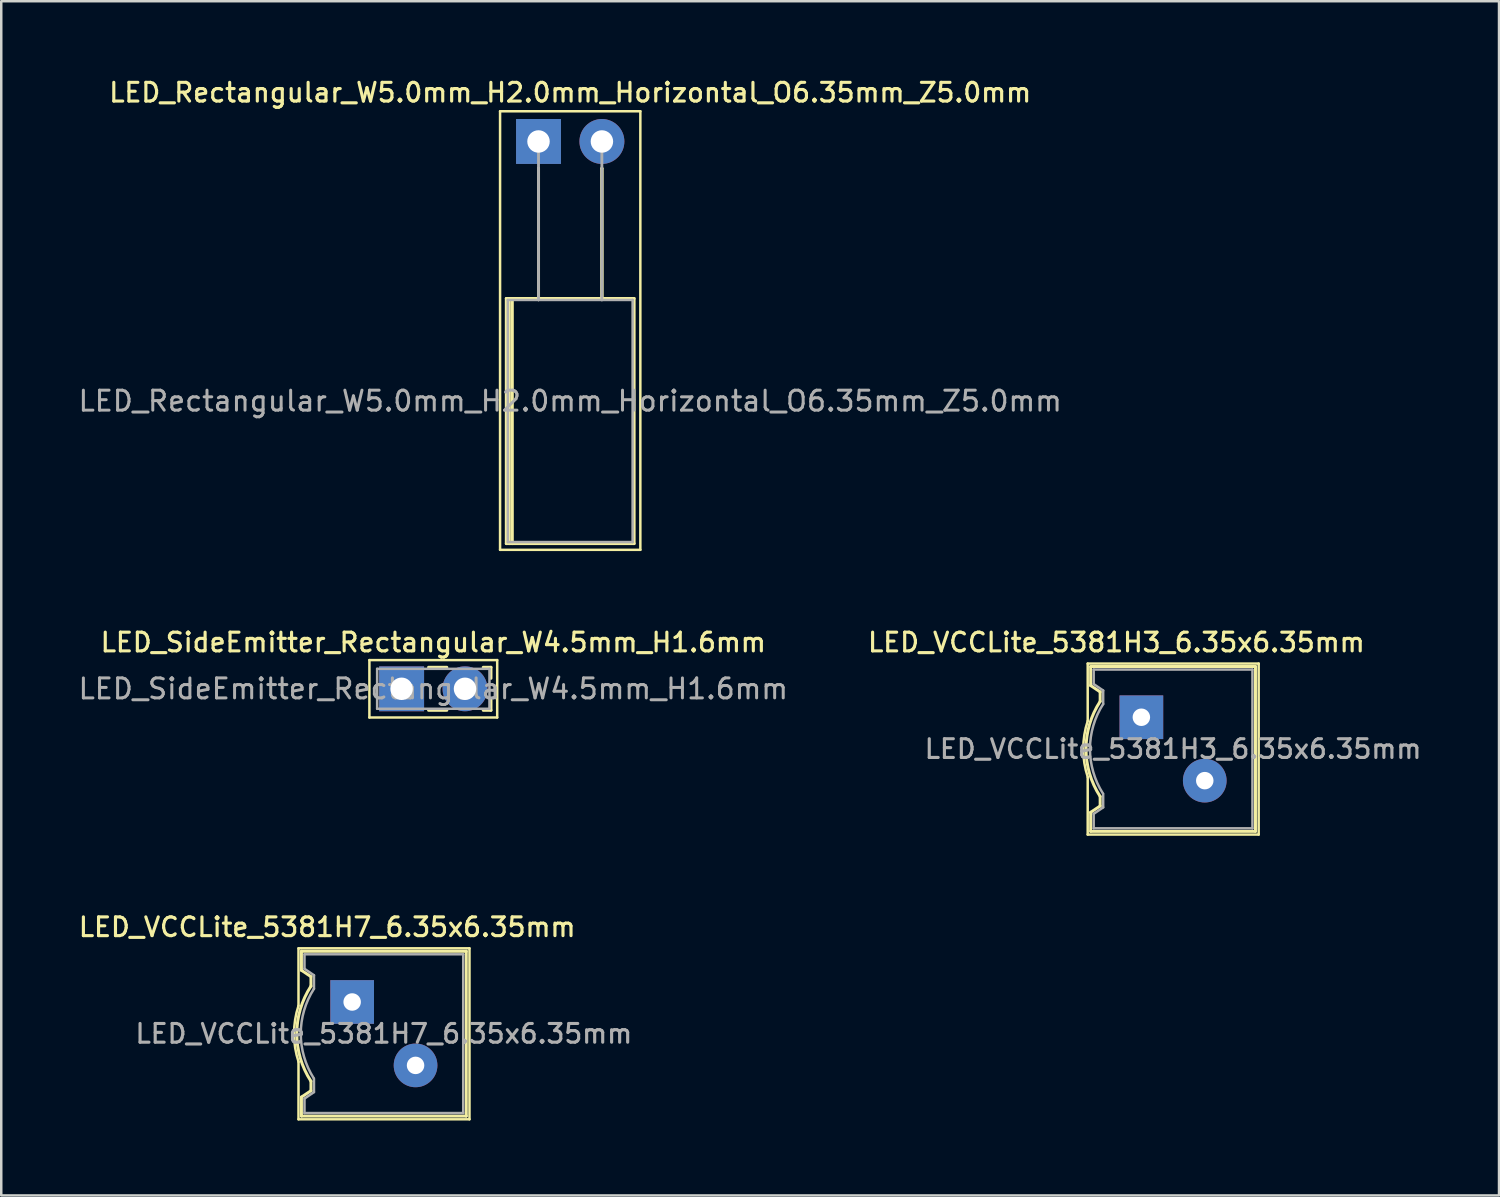
<source format=kicad_pcb>
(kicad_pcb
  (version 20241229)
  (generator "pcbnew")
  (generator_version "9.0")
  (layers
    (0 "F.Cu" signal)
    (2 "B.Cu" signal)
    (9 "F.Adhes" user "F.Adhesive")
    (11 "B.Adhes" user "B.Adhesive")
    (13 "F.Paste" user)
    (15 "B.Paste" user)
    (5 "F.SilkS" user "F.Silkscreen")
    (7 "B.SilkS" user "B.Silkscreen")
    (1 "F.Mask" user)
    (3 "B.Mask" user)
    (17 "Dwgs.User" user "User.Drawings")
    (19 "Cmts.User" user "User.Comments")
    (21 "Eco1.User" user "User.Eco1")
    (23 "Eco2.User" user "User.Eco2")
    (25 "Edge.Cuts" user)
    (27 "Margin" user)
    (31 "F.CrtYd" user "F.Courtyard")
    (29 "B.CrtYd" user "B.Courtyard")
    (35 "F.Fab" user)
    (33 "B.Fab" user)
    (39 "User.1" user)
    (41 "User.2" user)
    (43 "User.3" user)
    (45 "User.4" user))
  (footprint "LED_Rectangular_W5.0mm_H2.0mm_Horizontal_O6.35mm_Z5.0mm"
    (layer "F.Cu")
    (at 18.525 2.618)
    (property "Reference" "LED_Rectangular_W5.0mm_H2.0mm_Horizontal_O6.35mm_Z5.0mm" (at 1.27 -1.96 0) (layer "F.SilkS") (effects (font (size 0.75 0.75) (thickness 0.125))))
    (attr through_hole)
    (fp_line (start -1.54 -1.21) (end -1.54 16.36) (stroke (width 0.1) (type solid)) (layer "F.SilkS"))
    (fp_line (start -1.54 16.36) (end 4.08 16.36) (stroke (width 0.1) (type solid)) (layer "F.SilkS"))
    (fp_line (start -1.29 6.29) (end -1.29 16.11) (stroke (width 0.12) (type solid)) (layer "F.SilkS"))
    (fp_line (start -1.29 16.11) (end 3.83 16.11) (stroke (width 0.12) (type solid)) (layer "F.SilkS"))
    (fp_line (start -1.17 6.29) (end -1.17 16.11) (stroke (width 0.12) (type solid)) (layer "F.SilkS"))
    (fp_line (start -1.05 6.29) (end -1.05 16.11) (stroke (width 0.12) (type solid)) (layer "F.SilkS"))
    (fp_line (start 0 1.08) (end 0 1.08) (stroke (width 0.12) (type solid)) (layer "F.SilkS"))
    (fp_line (start 0 1.08) (end 0 6.29) (stroke (width 0.12) (type solid)) (layer "F.SilkS"))
    (fp_line (start 0 6.29) (end 0 1.08) (stroke (width 0.12) (type solid)) (layer "F.SilkS"))
    (fp_line (start 0 6.29) (end 0 6.29) (stroke (width 0.12) (type solid)) (layer "F.SilkS"))
    (fp_line (start 2.54 1.08) (end 2.54 1.08) (stroke (width 0.12) (type solid)) (layer "F.SilkS"))
    (fp_line (start 2.54 1.08) (end 2.54 6.29) (stroke (width 0.12) (type solid)) (layer "F.SilkS"))
    (fp_line (start 2.54 6.29) (end 2.54 1.08) (stroke (width 0.12) (type solid)) (layer "F.SilkS"))
    (fp_line (start 2.54 6.29) (end 2.54 6.29) (stroke (width 0.12) (type solid)) (layer "F.SilkS"))
    (fp_line (start 3.83 6.29) (end -1.29 6.29) (stroke (width 0.12) (type solid)) (layer "F.SilkS"))
    (fp_line (start 3.83 16.11) (end 3.83 6.29) (stroke (width 0.12) (type solid)) (layer "F.SilkS"))
    (fp_line (start 4.08 -1.21) (end -1.54 -1.21) (stroke (width 0.1) (type solid)) (layer "F.SilkS"))
    (fp_line (start 4.08 16.36) (end 4.08 -1.21) (stroke (width 0.1) (type solid)) (layer "F.SilkS"))
    (fp_line (start -1.23 6.35) (end -1.23 16.05) (stroke (width 0.1) (type solid)) (layer "F.Fab"))
    (fp_line (start -1.23 16.05) (end 3.77 16.05) (stroke (width 0.1) (type solid)) (layer "F.Fab"))
    (fp_line (start 0 0) (end 0 0) (stroke (width 0.1) (type solid)) (layer "F.Fab"))
    (fp_line (start 0 0) (end 0 6.35) (stroke (width 0.1) (type solid)) (layer "F.Fab"))
    (fp_line (start 0 6.35) (end 0 0) (stroke (width 0.1) (type solid)) (layer "F.Fab"))
    (fp_line (start 0 6.35) (end 0 6.35) (stroke (width 0.1) (type solid)) (layer "F.Fab"))
    (fp_line (start 2.54 0) (end 2.54 0) (stroke (width 0.1) (type solid)) (layer "F.Fab"))
    (fp_line (start 2.54 0) (end 2.54 6.35) (stroke (width 0.1) (type solid)) (layer "F.Fab"))
    (fp_line (start 2.54 6.35) (end 2.54 0) (stroke (width 0.1) (type solid)) (layer "F.Fab"))
    (fp_line (start 2.54 6.35) (end 2.54 6.35) (stroke (width 0.1) (type solid)) (layer "F.Fab"))
    (fp_line (start 3.77 6.35) (end -1.23 6.35) (stroke (width 0.1) (type solid)) (layer "F.Fab"))
    (fp_line (start 3.77 16.05) (end 3.77 6.35) (stroke (width 0.1) (type solid)) (layer "F.Fab"))
    (fp_text user "${REFERENCE}" (at 1.27 10.4 0) (layer "F.Fab") (effects (font (size 0.8 0.8) (thickness 0.12))))
    (pad "1" thru_hole rect (at 0 0) (size 1.8 1.8) (drill 0.9) (layers "*.Cu" "*.Mask"))
    (pad "2" thru_hole circle (at 2.54 0) (size 1.8 1.8) (drill 0.9) (layers "*.Cu" "*.Mask")))
  (footprint "LED_VCCLite_5381H3_6.35x6.35mm"
    (layer "F.Cu")
    (at 42.678 25.686)
    (property "Reference" "LED_VCCLite_5381H3_6.35x6.35mm" (at -1 -3 0) (layer "F.SilkS") (effects (font (size 0.75 0.75) (thickness 0.125))))
    (attr through_hole)
    (fp_line (start -2.15 -2.15) (end -2.15 0.15) (stroke (width 0.1) (type solid)) (layer "F.SilkS"))
    (fp_line (start -2.15 -2.15) (end 4.7 -2.15) (stroke (width 0.1) (type solid)) (layer "F.SilkS"))
    (fp_line (start -2.15 4.7) (end -2.15 2.4) (stroke (width 0.1) (type solid)) (layer "F.SilkS"))
    (fp_line (start -2.032 -2.032) (end -2.032 -1.27) (stroke (width 0.12) (type solid)) (layer "F.SilkS"))
    (fp_line (start -2.032 -1.27) (end -1.651 -1.016) (stroke (width 0.12) (type solid)) (layer "F.SilkS"))
    (fp_line (start -2.032 4.572) (end -2.032 3.81) (stroke (width 0.12) (type solid)) (layer "F.SilkS"))
    (fp_line (start -1.651 -1.016) (end -1.651 -0.635) (stroke (width 0.12) (type solid)) (layer "F.SilkS"))
    (fp_line (start -1.651 3.556) (end -2.032 3.81) (stroke (width 0.12) (type solid)) (layer "F.SilkS"))
    (fp_line (start -1.651 3.556) (end -1.651 3.175) (stroke (width 0.12) (type solid)) (layer "F.SilkS"))
    (fp_line (start 4.572 -2.032) (end -2.032 -2.032) (stroke (width 0.12) (type solid)) (layer "F.SilkS"))
    (fp_line (start 4.572 4.572) (end -2.032 4.572) (stroke (width 0.12) (type solid)) (layer "F.SilkS"))
    (fp_line (start 4.572 4.572) (end 4.572 -2.032) (stroke (width 0.12) (type solid)) (layer "F.SilkS"))
    (fp_line (start 4.7 -2.15) (end 4.7 4.7) (stroke (width 0.1) (type solid)) (layer "F.SilkS"))
    (fp_line (start 4.7 4.7) (end -2.15 4.7) (stroke (width 0.1) (type solid)) (layer "F.SilkS"))
    (fp_arc (start -2.147033 2.39902) (mid -2.328719 1.274748) (end -2.15 0.15) (stroke (width 0.1) (type solid)) (layer "F.SilkS"))
    (fp_arc (start -1.651753 3.173843) (mid -2.2173 1.26931) (end -1.650999 -0.634999) (stroke (width 0.12) (type solid)) (layer "F.SilkS"))
    (fp_line (start -1.91 -1.91) (end -1.91 -1.33) (stroke (width 0.1) (type solid)) (layer "F.Fab"))
    (fp_line (start -1.91 -1.91) (end 4.45 -1.91) (stroke (width 0.1) (type solid)) (layer "F.Fab"))
    (fp_line (start -1.91 -1.33) (end -1.53 -1.07) (stroke (width 0.1) (type solid)) (layer "F.Fab"))
    (fp_line (start -1.91 3.87) (end -1.53 3.61) (stroke (width 0.1) (type solid)) (layer "F.Fab"))
    (fp_line (start -1.91 4.45) (end -1.91 3.87) (stroke (width 0.1) (type solid)) (layer "F.Fab"))
    (fp_line (start -1.53 -1.07) (end -1.53 -0.53) (stroke (width 0.1) (type solid)) (layer "F.Fab"))
    (fp_line (start -1.53 3.61) (end -1.53 3.07) (stroke (width 0.1) (type solid)) (layer "F.Fab"))
    (fp_line (start 4.45 -1.91) (end 4.45 4.45) (stroke (width 0.1) (type solid)) (layer "F.Fab"))
    (fp_line (start 4.45 4.45) (end -1.91 4.45) (stroke (width 0.1) (type solid)) (layer "F.Fab"))
    (fp_arc (start -1.538265 3.057078) (mid -2.058655 1.26233) (end -1.53 -0.53) (stroke (width 0.1) (type solid)) (layer "F.Fab"))
    (fp_text user "${REFERENCE}" (at 1.27 1.27 0) (layer "F.Fab") (effects (font (size 0.75 0.75) (thickness 0.125))))
    (pad "1" thru_hole rect (at 0 0 270) (size 1.75 1.75) (drill 0.7) (layers "*.Cu" "*.Mask"))
    (pad "2" thru_hole circle (at 2.54 2.54 270) (size 1.75 1.75) (drill 0.7) (layers "*.Cu" "*.Mask")))
  (footprint "LED_SideEmitter_Rectangular_W4.5mm_H1.6mm"
    (layer "F.Cu")
    (at 13.04 24.546)
    (property "Reference" "LED_SideEmitter_Rectangular_W4.5mm_H1.6mm" (at 1.27 -1.86 0) (layer "F.SilkS") (effects (font (size 0.75 0.75) (thickness 0.125))))
    (attr through_hole)
    (fp_line (start -1.29 -1.15) (end -1.29 1.15) (stroke (width 0.1) (type solid)) (layer "F.SilkS"))
    (fp_line (start -1.29 1.15) (end 3.83 1.15) (stroke (width 0.1) (type solid)) (layer "F.SilkS"))
    (fp_line (start 1.08 -0.861) (end 1.811 -0.861) (stroke (width 0.12) (type solid)) (layer "F.SilkS"))
    (fp_line (start 1.08 0.861) (end 1.811 0.861) (stroke (width 0.12) (type solid)) (layer "F.SilkS"))
    (fp_line (start 3.27 -0.861) (end 3.58 -0.861) (stroke (width 0.12) (type solid)) (layer "F.SilkS"))
    (fp_line (start 3.27 0.861) (end 3.58 0.861) (stroke (width 0.12) (type solid)) (layer "F.SilkS"))
    (fp_line (start 3.58 -0.861) (end 3.58 -0.42) (stroke (width 0.12) (type solid)) (layer "F.SilkS"))
    (fp_line (start 3.58 0.42) (end 3.58 0.861) (stroke (width 0.12) (type solid)) (layer "F.SilkS"))
    (fp_line (start 3.83 -1.15) (end -1.29 -1.15) (stroke (width 0.1) (type solid)) (layer "F.SilkS"))
    (fp_line (start 3.83 1.15) (end 3.83 -1.15) (stroke (width 0.1) (type solid)) (layer "F.SilkS"))
    (fp_line (start -0.98 -0.8) (end -0.98 0.8) (stroke (width 0.1) (type solid)) (layer "F.Fab"))
    (fp_line (start -0.98 0.8) (end 3.52 0.8) (stroke (width 0.1) (type solid)) (layer "F.Fab"))
    (fp_line (start 3.52 -0.8) (end -0.98 -0.8) (stroke (width 0.1) (type solid)) (layer "F.Fab"))
    (fp_line (start 3.52 0.8) (end 3.52 -0.8) (stroke (width 0.1) (type solid)) (layer "F.Fab"))
    (fp_text user "${REFERENCE}" (at 1.27 0 0) (layer "F.Fab") (effects (font (size 0.8 0.8) (thickness 0.12))))
    (pad "1" thru_hole rect (at 0 0) (size 1.8 1.8) (drill 0.9) (layers "*.Cu" "*.Mask"))
    (pad "2" thru_hole circle (at 2.54 0) (size 1.8 1.8) (drill 0.9) (layers "*.Cu" "*.Mask")))
  (footprint "LED_VCCLite_5381H7_6.35x6.35mm"
    (layer "F.Cu")
    (at 11.059 37.094)
    (property "Reference" "LED_VCCLite_5381H7_6.35x6.35mm" (at -1 -3 0) (layer "F.SilkS") (effects (font (size 0.75 0.75) (thickness 0.125))))
    (attr through_hole)
    (fp_line (start -2.15 -2.15) (end -2.15 0.15) (stroke (width 0.1) (type solid)) (layer "F.SilkS"))
    (fp_line (start -2.15 -2.15) (end 4.7 -2.15) (stroke (width 0.1) (type solid)) (layer "F.SilkS"))
    (fp_line (start -2.15 4.7) (end -2.15 2.4) (stroke (width 0.1) (type solid)) (layer "F.SilkS"))
    (fp_line (start -2.032 -2.032) (end -2.032 -1.27) (stroke (width 0.12) (type solid)) (layer "F.SilkS"))
    (fp_line (start -2.032 -1.27) (end -1.651 -1.016) (stroke (width 0.12) (type solid)) (layer "F.SilkS"))
    (fp_line (start -2.032 4.572) (end -2.032 3.81) (stroke (width 0.12) (type solid)) (layer "F.SilkS"))
    (fp_line (start -1.651 -1.016) (end -1.651 -0.635) (stroke (width 0.12) (type solid)) (layer "F.SilkS"))
    (fp_line (start -1.651 3.556) (end -2.032 3.81) (stroke (width 0.12) (type solid)) (layer "F.SilkS"))
    (fp_line (start -1.651 3.556) (end -1.651 3.175) (stroke (width 0.12) (type solid)) (layer "F.SilkS"))
    (fp_line (start 4.572 -2.032) (end -2.032 -2.032) (stroke (width 0.12) (type solid)) (layer "F.SilkS"))
    (fp_line (start 4.572 4.572) (end -2.032 4.572) (stroke (width 0.12) (type solid)) (layer "F.SilkS"))
    (fp_line (start 4.572 4.572) (end 4.572 -2.032) (stroke (width 0.12) (type solid)) (layer "F.SilkS"))
    (fp_line (start 4.7 -2.15) (end 4.7 4.7) (stroke (width 0.1) (type solid)) (layer "F.SilkS"))
    (fp_line (start 4.7 4.7) (end -2.15 4.7) (stroke (width 0.1) (type solid)) (layer "F.SilkS"))
    (fp_arc (start -2.147033 2.39902) (mid -2.328719 1.274748) (end -2.15 0.15) (stroke (width 0.1) (type solid)) (layer "F.SilkS"))
    (fp_arc (start -1.651753 3.173843) (mid -2.2173 1.26931) (end -1.650999 -0.634999) (stroke (width 0.12) (type solid)) (layer "F.SilkS"))
    (fp_line (start -1.91 -1.91) (end -1.91 -1.33) (stroke (width 0.1) (type solid)) (layer "F.Fab"))
    (fp_line (start -1.91 -1.91) (end 4.45 -1.91) (stroke (width 0.1) (type solid)) (layer "F.Fab"))
    (fp_line (start -1.91 -1.33) (end -1.53 -1.07) (stroke (width 0.1) (type solid)) (layer "F.Fab"))
    (fp_line (start -1.91 3.87) (end -1.53 3.61) (stroke (width 0.1) (type solid)) (layer "F.Fab"))
    (fp_line (start -1.91 4.45) (end -1.91 3.87) (stroke (width 0.1) (type solid)) (layer "F.Fab"))
    (fp_line (start -1.53 -1.07) (end -1.53 -0.53) (stroke (width 0.1) (type solid)) (layer "F.Fab"))
    (fp_line (start -1.53 3.61) (end -1.53 3.07) (stroke (width 0.1) (type solid)) (layer "F.Fab"))
    (fp_line (start 4.45 -1.91) (end 4.45 4.45) (stroke (width 0.1) (type solid)) (layer "F.Fab"))
    (fp_line (start 4.45 4.45) (end -1.91 4.45) (stroke (width 0.1) (type solid)) (layer "F.Fab"))
    (fp_arc (start -1.538265 3.057078) (mid -2.058655 1.26233) (end -1.53 -0.53) (stroke (width 0.1) (type solid)) (layer "F.Fab"))
    (fp_text user "${REFERENCE}" (at 1.27 1.27 0) (layer "F.Fab") (effects (font (size 0.75 0.75) (thickness 0.125))))
    (pad "1" thru_hole rect (at 0 0 270) (size 1.75 1.75) (drill 0.7) (layers "*.Cu" "*.Mask"))
    (pad "2" thru_hole circle (at 2.54 2.54 270) (size 1.75 1.75) (drill 0.7) (layers "*.Cu" "*.Mask")))
  (gr_rect
    (start -3 -3)
    (end 57.007 44.844)
    (stroke (width 0.1) (type default))
    (fill no)
    (layer "Edge.Cuts")))
</source>
